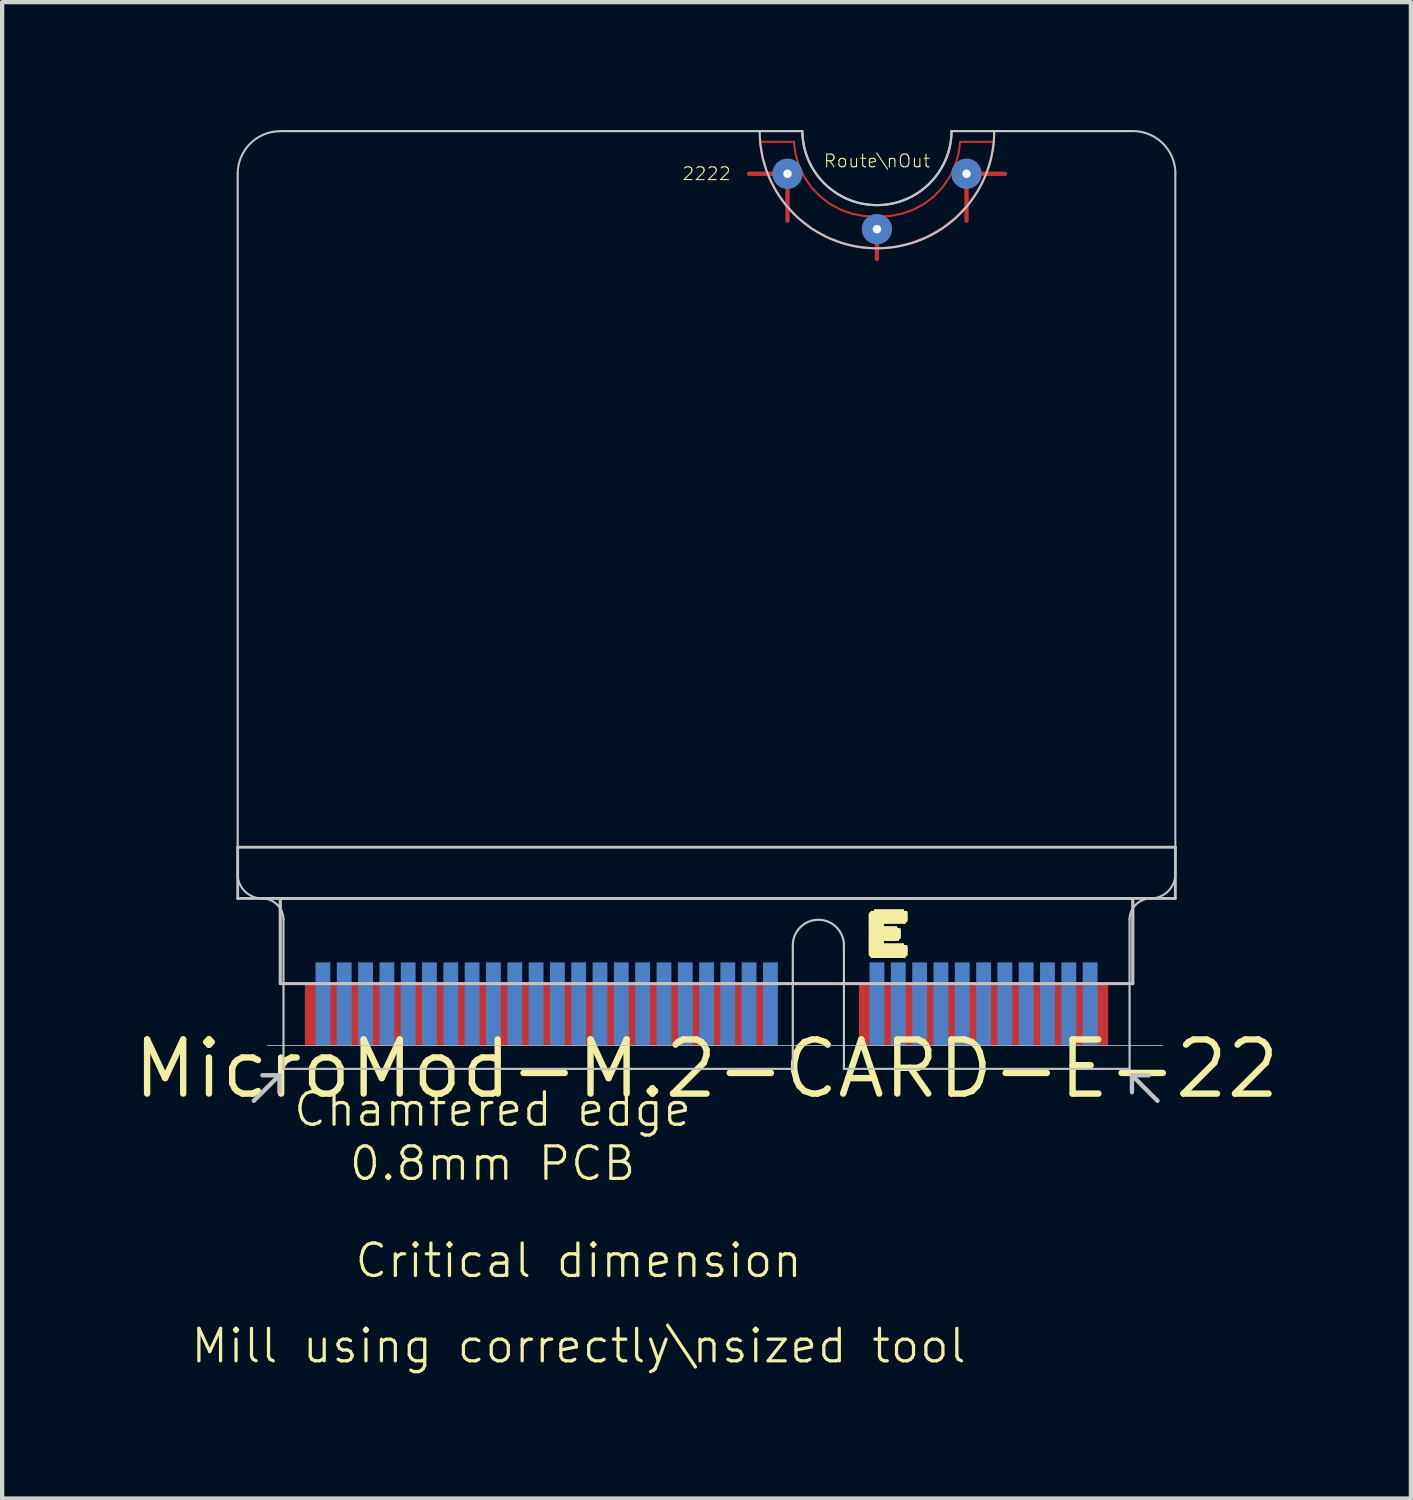
<source format=kicad_pcb>
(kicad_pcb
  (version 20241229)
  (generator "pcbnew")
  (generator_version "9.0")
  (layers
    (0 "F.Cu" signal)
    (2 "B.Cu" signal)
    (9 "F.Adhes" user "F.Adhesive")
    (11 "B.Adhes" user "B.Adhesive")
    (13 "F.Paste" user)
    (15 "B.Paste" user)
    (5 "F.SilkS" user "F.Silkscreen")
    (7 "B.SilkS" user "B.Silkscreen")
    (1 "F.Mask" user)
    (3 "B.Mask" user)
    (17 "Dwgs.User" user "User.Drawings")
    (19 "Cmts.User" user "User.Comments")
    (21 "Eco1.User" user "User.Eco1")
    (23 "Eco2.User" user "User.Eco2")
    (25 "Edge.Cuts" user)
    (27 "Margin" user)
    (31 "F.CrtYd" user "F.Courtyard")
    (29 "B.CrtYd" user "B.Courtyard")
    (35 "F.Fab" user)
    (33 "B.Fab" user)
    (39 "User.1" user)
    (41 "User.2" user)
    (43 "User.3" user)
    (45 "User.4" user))
  (footprint "MicroMod-M.2-CARD-E-22"
    (layer "F.Cu")
    (at 13.524 22.024)
    (property "Reference" "MicroMod-M.2-CARD-E-22" (at 0 0 0) (layer "F.SilkS") (effects (font (size 1.27 1.27) (thickness 0.15))))
    (attr smd)
    (fp_line (start 1.9 -20.998) (end 0.998 -20.998) (stroke (width 0.102) (type solid)) (layer "F.Cu"))
    (fp_line (start 1.9 -20.998) (end 1.9 -19.898) (stroke (width 0.102) (type solid)) (layer "F.Cu"))
    (fp_line (start 3.998 -19.698) (end 3.998 -18.999) (stroke (width 0.102) (type solid)) (layer "F.Cu"))
    (fp_line (start 6.099 -20.998) (end 6.099 -19.898) (stroke (width 0.102) (type solid)) (layer "F.Cu"))
    (fp_line (start 6.099 -20.998) (end 6.998 -20.998) (stroke (width 0.102) (type solid)) (layer "F.Cu"))
    (fp_poly (pts (xy 1.25 -21.747) (xy 2.05 -21.747) (xy 2.088 -21.46) (xy 2.169 -21.181) (xy 2.296 -20.919) (xy 2.461 -20.681) (xy 2.662 -20.47) (xy 2.893 -20.292) (xy 3.147 -20.155) (xy 3.421 -20.058) (xy 3.708 -20.005) (xy 3.998 -20) (xy 4.29 -20.005) (xy 4.575 -20.058) (xy 4.849 -20.155) (xy 5.105 -20.292) (xy 5.337 -20.47) (xy 5.537 -20.681) (xy 5.702 -20.919) (xy 5.827 -21.181) (xy 5.911 -21.46) (xy 5.949 -21.747) (xy 6.749 -21.747) (xy 6.678 -21.349) (xy 6.548 -20.963) (xy 6.363 -20.602) (xy 6.129 -20.269) (xy 5.85 -19.975) (xy 5.53 -19.726) (xy 5.177 -19.522) (xy 4.798 -19.375) (xy 4.404 -19.281) (xy 3.998 -19.248) (xy 3.594 -19.279) (xy 3.195 -19.37) (xy 2.817 -19.517) (xy 2.464 -19.718) (xy 2.141 -19.969) (xy 1.862 -20.264) (xy 1.628 -20.597) (xy 1.445 -20.96) (xy 1.318 -21.349) (xy 1.25 -21.747)) (stroke (width 0.048) (type solid)) (fill no) (layer "F.Cu"))
    (fp_poly (pts (xy 1.25 -21.999) (xy 2.248 -21.999) (xy 2.271 -21.725) (xy 2.334 -21.458) (xy 2.438 -21.204) (xy 2.583 -20.97) (xy 2.761 -20.762) (xy 2.969 -20.584) (xy 3.205 -20.439) (xy 3.457 -20.335) (xy 3.726 -20.269) (xy 3.998 -20.249) (xy 4.272 -20.269) (xy 4.539 -20.335) (xy 4.793 -20.439) (xy 5.027 -20.584) (xy 5.235 -20.762) (xy 5.415 -20.97) (xy 5.558 -21.204) (xy 5.664 -21.458) (xy 5.728 -21.725) (xy 5.748 -21.999) (xy 6.749 -21.999) (xy 6.721 -21.608) (xy 6.637 -21.224) (xy 6.5 -20.856) (xy 6.312 -20.513) (xy 6.078 -20.198) (xy 5.799 -19.921) (xy 5.486 -19.685) (xy 5.141 -19.497) (xy 4.773 -19.36) (xy 4.389 -19.276) (xy 3.998 -19.248) (xy 3.607 -19.276) (xy 3.223 -19.36) (xy 2.857 -19.497) (xy 2.512 -19.685) (xy 2.197 -19.921) (xy 1.92 -20.198) (xy 1.684 -20.513) (xy 1.496 -20.856) (xy 1.359 -21.224) (xy 1.278 -21.608) (xy 1.25 -21.999)) (stroke (width 0.048) (type solid)) (fill no) (layer "F.Mask"))
    (fp_poly (pts (xy 6.749 -21.999) (xy 5.748 -21.999) (xy 5.728 -21.725) (xy 5.664 -21.458) (xy 5.558 -21.204) (xy 5.415 -20.97) (xy 5.235 -20.762) (xy 5.027 -20.584) (xy 4.793 -20.439) (xy 4.539 -20.335) (xy 4.272 -20.269) (xy 3.998 -20.249) (xy 3.726 -20.269) (xy 3.457 -20.335) (xy 3.205 -20.439) (xy 2.969 -20.584) (xy 2.761 -20.762) (xy 2.583 -20.97) (xy 2.438 -21.204) (xy 2.334 -21.458) (xy 2.271 -21.725) (xy 2.248 -21.999) (xy 1.25 -21.999) (xy 1.278 -21.608) (xy 1.359 -21.224) (xy 1.496 -20.856) (xy 1.684 -20.513) (xy 1.92 -20.198) (xy 2.197 -19.921) (xy 2.512 -19.685) (xy 2.857 -19.497) (xy 3.223 -19.36) (xy 3.607 -19.276) (xy 3.998 -19.248) (xy 4.389 -19.276) (xy 4.773 -19.36) (xy 5.141 -19.497) (xy 5.486 -19.685) (xy 5.799 -19.921) (xy 6.078 -20.198) (xy 6.312 -20.513) (xy 6.5 -20.856) (xy 6.637 -21.224) (xy 6.721 -21.608) (xy 6.749 -21.999)) (stroke (width 0.048) (type solid)) (fill no) (layer "B.Mask"))
    (fp_line (start 3.84 -3.635) (end 4.679 -3.635) (stroke (width 0.066) (type solid)) (layer "F.SilkS"))
    (fp_line (start 3.84 -3.594) (end 3.84 -3.635) (stroke (width 0.066) (type solid)) (layer "F.SilkS"))
    (fp_line (start 3.84 -3.594) (end 4.679 -3.594) (stroke (width 0.066) (type solid)) (layer "F.SilkS"))
    (fp_line (start 3.84 -3.594) (end 4.679 -3.594) (stroke (width 0.066) (type solid)) (layer "F.SilkS"))
    (fp_line (start 3.84 -3.553) (end 3.84 -3.594) (stroke (width 0.066) (type solid)) (layer "F.SilkS"))
    (fp_line (start 3.84 -3.553) (end 4.679 -3.553) (stroke (width 0.066) (type solid)) (layer "F.SilkS"))
    (fp_line (start 3.84 -3.553) (end 4.679 -3.553) (stroke (width 0.066) (type solid)) (layer "F.SilkS"))
    (fp_line (start 3.84 -3.513) (end 3.84 -3.553) (stroke (width 0.066) (type solid)) (layer "F.SilkS"))
    (fp_line (start 3.84 -3.513) (end 4.679 -3.513) (stroke (width 0.066) (type solid)) (layer "F.SilkS"))
    (fp_line (start 3.84 -3.513) (end 4.679 -3.513) (stroke (width 0.066) (type solid)) (layer "F.SilkS"))
    (fp_line (start 3.84 -3.475) (end 3.84 -3.513) (stroke (width 0.066) (type solid)) (layer "F.SilkS"))
    (fp_line (start 3.84 -3.475) (end 4.641 -3.475) (stroke (width 0.066) (type solid)) (layer "F.SilkS"))
    (fp_line (start 3.84 -3.475) (end 4.679 -3.475) (stroke (width 0.066) (type solid)) (layer "F.SilkS"))
    (fp_line (start 3.84 -3.434) (end 3.84 -3.475) (stroke (width 0.066) (type solid)) (layer "F.SilkS"))
    (fp_line (start 3.84 -3.434) (end 4.12 -3.434) (stroke (width 0.066) (type solid)) (layer "F.SilkS"))
    (fp_line (start 3.84 -3.434) (end 4.641 -3.434) (stroke (width 0.066) (type solid)) (layer "F.SilkS"))
    (fp_line (start 3.84 -3.393) (end 3.84 -3.434) (stroke (width 0.066) (type solid)) (layer "F.SilkS"))
    (fp_line (start 3.84 -3.393) (end 4.12 -3.393) (stroke (width 0.066) (type solid)) (layer "F.SilkS"))
    (fp_line (start 3.84 -3.393) (end 4.12 -3.393) (stroke (width 0.066) (type solid)) (layer "F.SilkS"))
    (fp_line (start 3.84 -3.353) (end 3.84 -3.393) (stroke (width 0.066) (type solid)) (layer "F.SilkS"))
    (fp_line (start 3.84 -3.353) (end 4.12 -3.353) (stroke (width 0.066) (type solid)) (layer "F.SilkS"))
    (fp_line (start 3.84 -3.353) (end 4.12 -3.353) (stroke (width 0.066) (type solid)) (layer "F.SilkS"))
    (fp_line (start 3.84 -3.315) (end 3.84 -3.353) (stroke (width 0.066) (type solid)) (layer "F.SilkS"))
    (fp_line (start 3.84 -3.315) (end 4.12 -3.315) (stroke (width 0.066) (type solid)) (layer "F.SilkS"))
    (fp_line (start 3.84 -3.315) (end 4.44 -3.315) (stroke (width 0.066) (type solid)) (layer "F.SilkS"))
    (fp_line (start 3.84 -3.274) (end 3.84 -3.315) (stroke (width 0.066) (type solid)) (layer "F.SilkS"))
    (fp_line (start 3.84 -3.274) (end 4.44 -3.274) (stroke (width 0.066) (type solid)) (layer "F.SilkS"))
    (fp_line (start 3.84 -3.274) (end 4.519 -3.274) (stroke (width 0.066) (type solid)) (layer "F.SilkS"))
    (fp_line (start 3.84 -3.233) (end 3.84 -3.274) (stroke (width 0.066) (type solid)) (layer "F.SilkS"))
    (fp_line (start 3.84 -3.233) (end 4.519 -3.233) (stroke (width 0.066) (type solid)) (layer "F.SilkS"))
    (fp_line (start 3.84 -3.233) (end 4.519 -3.233) (stroke (width 0.066) (type solid)) (layer "F.SilkS"))
    (fp_line (start 3.84 -3.193) (end 3.84 -3.233) (stroke (width 0.066) (type solid)) (layer "F.SilkS"))
    (fp_line (start 3.84 -3.193) (end 4.519 -3.193) (stroke (width 0.066) (type solid)) (layer "F.SilkS"))
    (fp_line (start 3.84 -3.193) (end 4.519 -3.193) (stroke (width 0.066) (type solid)) (layer "F.SilkS"))
    (fp_line (start 3.84 -3.155) (end 3.84 -3.193) (stroke (width 0.066) (type solid)) (layer "F.SilkS"))
    (fp_line (start 3.84 -3.155) (end 4.519 -3.155) (stroke (width 0.066) (type solid)) (layer "F.SilkS"))
    (fp_line (start 3.84 -3.155) (end 4.519 -3.155) (stroke (width 0.066) (type solid)) (layer "F.SilkS"))
    (fp_line (start 3.84 -3.114) (end 3.84 -3.155) (stroke (width 0.066) (type solid)) (layer "F.SilkS"))
    (fp_line (start 3.84 -3.114) (end 4.519 -3.114) (stroke (width 0.066) (type solid)) (layer "F.SilkS"))
    (fp_line (start 3.84 -3.114) (end 4.519 -3.114) (stroke (width 0.066) (type solid)) (layer "F.SilkS"))
    (fp_line (start 3.84 -3.073) (end 3.84 -3.114) (stroke (width 0.066) (type solid)) (layer "F.SilkS"))
    (fp_line (start 3.84 -3.073) (end 4.481 -3.073) (stroke (width 0.066) (type solid)) (layer "F.SilkS"))
    (fp_line (start 3.84 -3.073) (end 4.519 -3.073) (stroke (width 0.066) (type solid)) (layer "F.SilkS"))
    (fp_line (start 3.84 -3.033) (end 3.84 -3.073) (stroke (width 0.066) (type solid)) (layer "F.SilkS"))
    (fp_line (start 3.84 -3.033) (end 4.12 -3.033) (stroke (width 0.066) (type solid)) (layer "F.SilkS"))
    (fp_line (start 3.84 -3.033) (end 4.481 -3.033) (stroke (width 0.066) (type solid)) (layer "F.SilkS"))
    (fp_line (start 3.84 -2.995) (end 3.84 -3.033) (stroke (width 0.066) (type solid)) (layer "F.SilkS"))
    (fp_line (start 3.84 -2.995) (end 4.12 -2.995) (stroke (width 0.066) (type solid)) (layer "F.SilkS"))
    (fp_line (start 3.84 -2.995) (end 4.12 -2.995) (stroke (width 0.066) (type solid)) (layer "F.SilkS"))
    (fp_line (start 3.84 -2.954) (end 3.84 -2.995) (stroke (width 0.066) (type solid)) (layer "F.SilkS"))
    (fp_line (start 3.84 -2.954) (end 4.12 -2.954) (stroke (width 0.066) (type solid)) (layer "F.SilkS"))
    (fp_line (start 3.84 -2.954) (end 4.12 -2.954) (stroke (width 0.066) (type solid)) (layer "F.SilkS"))
    (fp_line (start 3.84 -2.913) (end 3.84 -2.954) (stroke (width 0.066) (type solid)) (layer "F.SilkS"))
    (fp_line (start 3.84 -2.913) (end 4.12 -2.913) (stroke (width 0.066) (type solid)) (layer "F.SilkS"))
    (fp_line (start 3.84 -2.913) (end 4.6 -2.913) (stroke (width 0.066) (type solid)) (layer "F.SilkS"))
    (fp_line (start 3.84 -2.873) (end 3.84 -2.913) (stroke (width 0.066) (type solid)) (layer "F.SilkS"))
    (fp_line (start 3.84 -2.873) (end 4.6 -2.873) (stroke (width 0.066) (type solid)) (layer "F.SilkS"))
    (fp_line (start 3.84 -2.873) (end 4.679 -2.873) (stroke (width 0.066) (type solid)) (layer "F.SilkS"))
    (fp_line (start 3.84 -2.835) (end 3.84 -2.873) (stroke (width 0.066) (type solid)) (layer "F.SilkS"))
    (fp_line (start 3.84 -2.835) (end 4.679 -2.835) (stroke (width 0.066) (type solid)) (layer "F.SilkS"))
    (fp_line (start 3.84 -2.835) (end 4.679 -2.835) (stroke (width 0.066) (type solid)) (layer "F.SilkS"))
    (fp_line (start 3.84 -2.794) (end 3.84 -2.835) (stroke (width 0.066) (type solid)) (layer "F.SilkS"))
    (fp_line (start 3.84 -2.794) (end 4.679 -2.794) (stroke (width 0.066) (type solid)) (layer "F.SilkS"))
    (fp_line (start 3.84 -2.794) (end 4.679 -2.794) (stroke (width 0.066) (type solid)) (layer "F.SilkS"))
    (fp_line (start 3.84 -2.753) (end 3.84 -2.794) (stroke (width 0.066) (type solid)) (layer "F.SilkS"))
    (fp_line (start 3.84 -2.753) (end 4.679 -2.753) (stroke (width 0.066) (type solid)) (layer "F.SilkS"))
    (fp_line (start 3.84 -2.753) (end 4.679 -2.753) (stroke (width 0.066) (type solid)) (layer "F.SilkS"))
    (fp_line (start 3.84 -2.713) (end 3.84 -2.753) (stroke (width 0.066) (type solid)) (layer "F.SilkS"))
    (fp_line (start 3.84 -2.713) (end 4.679 -2.713) (stroke (width 0.066) (type solid)) (layer "F.SilkS"))
    (fp_line (start 3.84 -2.713) (end 4.679 -2.713) (stroke (width 0.066) (type solid)) (layer "F.SilkS"))
    (fp_line (start 3.84 -2.675) (end 3.84 -2.713) (stroke (width 0.066) (type solid)) (layer "F.SilkS"))
    (fp_line (start 3.84 -2.675) (end 4.679 -2.675) (stroke (width 0.066) (type solid)) (layer "F.SilkS"))
    (fp_line (start 3.879 -3.673) (end 4.679 -3.673) (stroke (width 0.066) (type solid)) (layer "F.SilkS"))
    (fp_line (start 3.879 -3.635) (end 3.879 -3.673) (stroke (width 0.066) (type solid)) (layer "F.SilkS"))
    (fp_line (start 3.879 -3.635) (end 4.679 -3.635) (stroke (width 0.066) (type solid)) (layer "F.SilkS"))
    (fp_line (start 3.879 -2.675) (end 4.641 -2.675) (stroke (width 0.066) (type solid)) (layer "F.SilkS"))
    (fp_line (start 3.879 -2.634) (end 3.879 -2.675) (stroke (width 0.066) (type solid)) (layer "F.SilkS"))
    (fp_line (start 3.879 -2.634) (end 4.641 -2.634) (stroke (width 0.066) (type solid)) (layer "F.SilkS"))
    (fp_line (start 3.96 -3.713) (end 4.6 -3.713) (stroke (width 0.066) (type solid)) (layer "F.SilkS"))
    (fp_line (start 3.96 -3.673) (end 3.96 -3.713) (stroke (width 0.066) (type solid)) (layer "F.SilkS"))
    (fp_line (start 3.96 -3.673) (end 4.6 -3.673) (stroke (width 0.066) (type solid)) (layer "F.SilkS"))
    (fp_line (start 4.12 -3.393) (end 4.12 -3.434) (stroke (width 0.066) (type solid)) (layer "F.SilkS"))
    (fp_line (start 4.12 -3.353) (end 4.12 -3.393) (stroke (width 0.066) (type solid)) (layer "F.SilkS"))
    (fp_line (start 4.12 -3.315) (end 4.12 -3.353) (stroke (width 0.066) (type solid)) (layer "F.SilkS"))
    (fp_line (start 4.12 -2.995) (end 4.12 -3.033) (stroke (width 0.066) (type solid)) (layer "F.SilkS"))
    (fp_line (start 4.12 -2.954) (end 4.12 -2.995) (stroke (width 0.066) (type solid)) (layer "F.SilkS"))
    (fp_line (start 4.12 -2.913) (end 4.12 -2.954) (stroke (width 0.066) (type solid)) (layer "F.SilkS"))
    (fp_line (start 4.44 -3.274) (end 4.44 -3.315) (stroke (width 0.066) (type solid)) (layer "F.SilkS"))
    (fp_line (start 4.481 -3.033) (end 4.481 -3.073) (stroke (width 0.066) (type solid)) (layer "F.SilkS"))
    (fp_line (start 4.519 -3.233) (end 4.519 -3.274) (stroke (width 0.066) (type solid)) (layer "F.SilkS"))
    (fp_line (start 4.519 -3.193) (end 4.519 -3.233) (stroke (width 0.066) (type solid)) (layer "F.SilkS"))
    (fp_line (start 4.519 -3.155) (end 4.519 -3.193) (stroke (width 0.066) (type solid)) (layer "F.SilkS"))
    (fp_line (start 4.519 -3.114) (end 4.519 -3.155) (stroke (width 0.066) (type solid)) (layer "F.SilkS"))
    (fp_line (start 4.519 -3.073) (end 4.519 -3.114) (stroke (width 0.066) (type solid)) (layer "F.SilkS"))
    (fp_line (start 4.6 -3.673) (end 4.6 -3.713) (stroke (width 0.066) (type solid)) (layer "F.SilkS"))
    (fp_line (start 4.6 -2.873) (end 4.6 -2.913) (stroke (width 0.066) (type solid)) (layer "F.SilkS"))
    (fp_line (start 4.641 -3.434) (end 4.641 -3.475) (stroke (width 0.066) (type solid)) (layer "F.SilkS"))
    (fp_line (start 4.641 -2.634) (end 4.641 -2.675) (stroke (width 0.066) (type solid)) (layer "F.SilkS"))
    (fp_line (start 4.679 -3.635) (end 4.679 -3.673) (stroke (width 0.066) (type solid)) (layer "F.SilkS"))
    (fp_line (start 4.679 -3.594) (end 4.679 -3.635) (stroke (width 0.066) (type solid)) (layer "F.SilkS"))
    (fp_line (start 4.679 -3.553) (end 4.679 -3.594) (stroke (width 0.066) (type solid)) (layer "F.SilkS"))
    (fp_line (start 4.679 -3.513) (end 4.679 -3.553) (stroke (width 0.066) (type solid)) (layer "F.SilkS"))
    (fp_line (start 4.679 -3.475) (end 4.679 -3.513) (stroke (width 0.066) (type solid)) (layer "F.SilkS"))
    (fp_line (start 4.679 -2.835) (end 4.679 -2.873) (stroke (width 0.066) (type solid)) (layer "F.SilkS"))
    (fp_line (start 4.679 -2.794) (end 4.679 -2.835) (stroke (width 0.066) (type solid)) (layer "F.SilkS"))
    (fp_line (start 4.679 -2.753) (end 4.679 -2.794) (stroke (width 0.066) (type solid)) (layer "F.SilkS"))
    (fp_line (start 4.679 -2.713) (end 4.679 -2.753) (stroke (width 0.066) (type solid)) (layer "F.SilkS"))
    (fp_line (start 4.679 -2.675) (end 4.679 -2.713) (stroke (width 0.066) (type solid)) (layer "F.SilkS"))
    (fp_line (start 1.9 -20.998) (end 0.998 -20.998) (stroke (width 0.102) (type solid)) (layer "B.Adhes"))
    (fp_line (start 1.9 -20.998) (end 1.9 -19.898) (stroke (width 0.102) (type solid)) (layer "B.Adhes"))
    (fp_line (start 3.998 -19.698) (end 3.998 -18.999) (stroke (width 0.102) (type solid)) (layer "B.Adhes"))
    (fp_line (start 6.099 -20.998) (end 6.099 -19.898) (stroke (width 0.102) (type solid)) (layer "B.Adhes"))
    (fp_line (start 6.099 -20.998) (end 6.998 -20.998) (stroke (width 0.102) (type solid)) (layer "B.Adhes"))
    (fp_poly (pts (xy 6.749 -21.747) (xy 5.949 -21.747) (xy 5.911 -21.46) (xy 5.827 -21.181) (xy 5.702 -20.919) (xy 5.537 -20.681) (xy 5.337 -20.47) (xy 5.105 -20.292) (xy 4.849 -20.155) (xy 4.575 -20.058) (xy 4.29 -20.005) (xy 3.998 -20) (xy 3.708 -20.005) (xy 3.421 -20.058) (xy 3.147 -20.155) (xy 2.893 -20.292) (xy 2.662 -20.47) (xy 2.461 -20.681) (xy 2.296 -20.919) (xy 2.169 -21.181) (xy 2.088 -21.46) (xy 2.05 -21.747) (xy 1.25 -21.747) (xy 1.321 -21.349) (xy 1.45 -20.963) (xy 1.633 -20.602) (xy 1.867 -20.269) (xy 2.149 -19.975) (xy 2.466 -19.726) (xy 2.819 -19.522) (xy 3.198 -19.375) (xy 3.594 -19.281) (xy 3.998 -19.248) (xy 4.404 -19.279) (xy 4.801 -19.37) (xy 5.182 -19.517) (xy 5.535 -19.718) (xy 5.855 -19.969) (xy 6.137 -20.264) (xy 6.37 -20.597) (xy 6.553 -20.96) (xy 6.68 -21.349) (xy 6.749 -21.747)) (stroke (width 0.048) (type solid)) (fill no) (layer "B.Adhes"))
    (fp_line (start -10.998 -20.998) (end -10.998 -4.575) (stroke (width 0.051) (type solid)) (layer "Dwgs.User"))
    (fp_line (start -10.998 -5.199) (end 10.998 -5.199) (stroke (width 0.066) (type solid)) (layer "Dwgs.User"))
    (fp_line (start -10.998 -3.998) (end -10.998 -5.199) (stroke (width 0.066) (type solid)) (layer "Dwgs.User"))
    (fp_line (start -10.998 -3.998) (end 10.998 -3.998) (stroke (width 0.066) (type solid)) (layer "Dwgs.User"))
    (fp_line (start -10.62 0.749) (end -10.018 0.15) (stroke (width 0.102) (type solid)) (layer "Dwgs.User"))
    (fp_line (start -10.3 -0.549) (end 10.698 -0.549) (stroke (width 0.018) (type solid)) (layer "Dwgs.User"))
    (fp_line (start -10.018 0.15) (end -10.419 0.15) (stroke (width 0.102) (type solid)) (layer "Dwgs.User"))
    (fp_line (start -10.018 0.15) (end -10.018 0.549) (stroke (width 0.102) (type solid)) (layer "Dwgs.User"))
    (fp_line (start -10 -3.998) (end 10 -3.998) (stroke (width 0.066) (type solid)) (layer "Dwgs.User"))
    (fp_line (start -10 -3.998) (end 10 -3.998) (stroke (width 0.066) (type solid)) (layer "Dwgs.User"))
    (fp_line (start -10 -1.999) (end -10 -3.998) (stroke (width 0.066) (type solid)) (layer "Dwgs.User"))
    (fp_line (start -10 -1.999) (end -10 -3.998) (stroke (width 0.066) (type solid)) (layer "Dwgs.User"))
    (fp_line (start -10 -1.999) (end 10 -1.999) (stroke (width 0.066) (type solid)) (layer "Dwgs.User"))
    (fp_line (start -10 -1.999) (end 10 -1.999) (stroke (width 0.066) (type solid)) (layer "Dwgs.User"))
    (fp_line (start -9.924 0) (end -9.924 -3.498) (stroke (width 0.051) (type solid)) (layer "Dwgs.User"))
    (fp_line (start 2.024 -2.898) (end 2.024 0) (stroke (width 0.051) (type solid)) (layer "Dwgs.User"))
    (fp_line (start 2.024 0) (end -9.924 0) (stroke (width 0.051) (type solid)) (layer "Dwgs.User"))
    (fp_line (start 2.248 -21.999) (end -10 -21.999) (stroke (width 0.051) (type solid)) (layer "Dwgs.User"))
    (fp_line (start 3.223 -2.898) (end 3.223 0) (stroke (width 0.051) (type solid)) (layer "Dwgs.User"))
    (fp_line (start 9.924 -3.498) (end 9.924 0) (stroke (width 0.051) (type solid)) (layer "Dwgs.User"))
    (fp_line (start 9.924 0) (end 3.223 0) (stroke (width 0.051) (type solid)) (layer "Dwgs.User"))
    (fp_line (start 9.98 0.15) (end 9.98 0.549) (stroke (width 0.102) (type solid)) (layer "Dwgs.User"))
    (fp_line (start 9.98 0.15) (end 10.378 0.15) (stroke (width 0.102) (type solid)) (layer "Dwgs.User"))
    (fp_line (start 10 -21.999) (end 5.748 -21.999) (stroke (width 0.051) (type solid)) (layer "Dwgs.User"))
    (fp_line (start 10 -1.999) (end 10 -3.998) (stroke (width 0.066) (type solid)) (layer "Dwgs.User"))
    (fp_line (start 10 -1.999) (end 10 -3.998) (stroke (width 0.066) (type solid)) (layer "Dwgs.User"))
    (fp_line (start 10.579 0.749) (end 9.98 0.15) (stroke (width 0.102) (type solid)) (layer "Dwgs.User"))
    (fp_line (start 10.998 -20.998) (end 10.998 -4.575) (stroke (width 0.048) (type solid)) (layer "Dwgs.User"))
    (fp_line (start 10.998 -3.998) (end 10.998 -5.199) (stroke (width 0.066) (type solid)) (layer "Dwgs.User"))
    (fp_arc (start -10.9982 -20.99818) (mid -10.705828 -21.704028) (end -9.99998 -21.9964) (stroke (width 0.04826) (type solid)) (layer "Dwgs.User"))
    (fp_arc (start -10.42416 -3.99796) (mid -10.831864 -4.166836) (end -11.00074 -4.57454) (stroke (width 0.04826) (type solid)) (layer "Dwgs.User"))
    (fp_arc (start -10.42416 -3.99796) (mid -10.070338 -3.851402) (end -9.92378 -3.49758) (stroke (width 0.0508) (type solid)) (layer "Dwgs.User"))
    (fp_arc (start 2.02438 -2.89814) (mid 2.62382 -3.49758) (end 3.22326 -2.89814) (stroke (width 0.0508) (type solid)) (layer "Dwgs.User"))
    (fp_arc (start 5.74802 -21.99894) (mid 3.99796 -20.24888) (end 2.2479 -21.99894) (stroke (width 0.0508) (type solid)) (layer "Dwgs.User"))
    (fp_arc (start 5.74802 -21.99894) (mid 3.99796 -20.24888) (end 2.2479 -21.99894) (stroke (width 0.0508) (type solid)) (layer "Dwgs.User"))
    (fp_arc (start 6.74878 -21.99894) (mid 3.99796 -19.24812) (end 1.24714 -21.99894) (stroke (width 0.0508) (type solid)) (layer "Dwgs.User"))
    (fp_arc (start 9.92378 -3.49758) (mid 10.070338 -3.851402) (end 10.42416 -3.99796) (stroke (width 0.0508) (type solid)) (layer "Dwgs.User"))
    (fp_arc (start 9.99998 -21.99894) (mid 10.707624 -21.705824) (end 11.00074 -20.99818) (stroke (width 0.04826) (type solid)) (layer "Dwgs.User"))
    (fp_arc (start 10.9982 -4.57454) (mid 10.830068 -4.168632) (end 10.42416 -4.0005) (stroke (width 0.04826) (type solid)) (layer "Dwgs.User"))
    (fp_text user "2222" (at 0 -20.998 180) (layer "F.SilkS") (effects (font (size 0.3 0.3) (thickness 0.025))))
    (fp_text user "Critical dimension" (at -3 4.498 180) (layer "F.SilkS") (effects (font (size 0.762 0.762) (thickness 0.076))))
    (fp_text user "Mill using correctly\\nsized tool" (at -3 6.5 180) (layer "F.SilkS") (effects (font (size 0.762 0.762) (thickness 0.076))))
    (fp_text user "Chamfered edge" (at -5.019 0.95 180) (layer "F.SilkS") (effects (font (size 0.762 0.762) (thickness 0.076))))
    (fp_text user "0.8mm PCB" (at -5.019 2.22 180) (layer "F.SilkS") (effects (font (size 0.762 0.762) (thickness 0.076))))
    (fp_text user "Route\\nOut" (at 3.998 -21.298 0) (layer "F.SilkS") (effects (font (size 0.3 0.3) (thickness 0.025))))
    (pad "1" smd rect (at 9.248 -1.273 180) (size 0.348 1.448) (layers "F.Cu" "F.Mask" "F.Paste"))
    (pad "2" smd rect (at 8.999 -1.524) (size 0.348 1.948) (layers "B.Cu" "B.Mask"))
    (pad "3" smd rect (at 8.748 -1.273 180) (size 0.348 1.448) (layers "F.Cu" "F.Mask" "F.Paste"))
    (pad "4" smd rect (at 8.499 -1.524) (size 0.348 1.948) (layers "B.Cu" "B.Mask"))
    (pad "5" smd rect (at 8.25 -1.273 180) (size 0.348 1.448) (layers "F.Cu" "F.Mask" "F.Paste"))
    (pad "6" smd rect (at 7.998 -1.524) (size 0.348 1.948) (layers "B.Cu" "B.Mask"))
    (pad "7" smd rect (at 7.75 -1.273 180) (size 0.348 1.448) (layers "F.Cu" "F.Mask" "F.Paste"))
    (pad "8" smd rect (at 7.498 -1.524) (size 0.348 1.948) (layers "B.Cu" "B.Mask"))
    (pad "9" smd rect (at 7.249 -1.273 180) (size 0.348 1.448) (layers "F.Cu" "F.Mask" "F.Paste"))
    (pad "10" smd rect (at 6.998 -1.524) (size 0.348 1.948) (layers "B.Cu" "B.Mask"))
    (pad "11" smd rect (at 6.749 -1.273 180) (size 0.348 1.448) (layers "F.Cu" "F.Mask" "F.Paste"))
    (pad "12" smd rect (at 6.5 -1.524) (size 0.348 1.948) (layers "B.Cu" "B.Mask"))
    (pad "13" smd rect (at 6.248 -1.273 180) (size 0.348 1.448) (layers "F.Cu" "F.Mask" "F.Paste"))
    (pad "14" smd rect (at 5.999 -1.524) (size 0.348 1.948) (layers "B.Cu" "B.Mask"))
    (pad "15" smd rect (at 5.748 -1.273 180) (size 0.348 1.448) (layers "F.Cu" "F.Mask" "F.Paste"))
    (pad "16" smd rect (at 5.499 -1.524) (size 0.348 1.948) (layers "B.Cu" "B.Mask"))
    (pad "17" smd rect (at 5.248 -1.273 180) (size 0.348 1.448) (layers "F.Cu" "F.Mask" "F.Paste"))
    (pad "18" smd rect (at 4.999 -1.524) (size 0.348 1.948) (layers "B.Cu" "B.Mask"))
    (pad "19" smd rect (at 4.75 -1.273 180) (size 0.348 1.448) (layers "F.Cu" "F.Mask" "F.Paste"))
    (pad "20" smd rect (at 4.498 -1.524) (size 0.348 1.948) (layers "B.Cu" "B.Mask"))
    (pad "21" smd rect (at 4.249 -1.273 180) (size 0.348 1.448) (layers "F.Cu" "F.Mask" "F.Paste"))
    (pad "22" smd rect (at 3.998 -1.524) (size 0.348 1.948) (layers "B.Cu" "B.Mask"))
    (pad "23" smd rect (at 3.749 -1.273 180) (size 0.348 1.448) (layers "F.Cu" "F.Mask" "F.Paste"))
    (pad "32" smd rect (at 1.499 -1.524) (size 0.348 1.948) (layers "B.Cu" "B.Mask"))
    (pad "33" smd rect (at 1.25 -1.273 180) (size 0.348 1.448) (layers "F.Cu" "F.Mask" "F.Paste"))
    (pad "34" smd rect (at 0.998 -1.524) (size 0.348 1.948) (layers "B.Cu" "B.Mask"))
    (pad "35" smd rect (at 0.749 -1.273 180) (size 0.348 1.448) (layers "F.Cu" "F.Mask" "F.Paste"))
    (pad "36" smd rect (at 0.498 -1.524) (size 0.348 1.948) (layers "B.Cu" "B.Mask"))
    (pad "37" smd rect (at 0.249 -1.273 180) (size 0.348 1.448) (layers "F.Cu" "F.Mask" "F.Paste"))
    (pad "38" smd rect (at 0 -1.524) (size 0.348 1.948) (layers "B.Cu" "B.Mask"))
    (pad "39" smd rect (at -0.249 -1.273 180) (size 0.348 1.448) (layers "F.Cu" "F.Mask" "F.Paste"))
    (pad "40" smd rect (at -0.498 -1.524) (size 0.348 1.948) (layers "B.Cu" "B.Mask"))
    (pad "41" smd rect (at -0.749 -1.273 180) (size 0.348 1.448) (layers "F.Cu" "F.Mask" "F.Paste"))
    (pad "42" smd rect (at -0.998 -1.524) (size 0.348 1.948) (layers "B.Cu" "B.Mask"))
    (pad "43" smd rect (at -1.25 -1.273 180) (size 0.348 1.448) (layers "F.Cu" "F.Mask" "F.Paste"))
    (pad "44" smd rect (at -1.499 -1.524) (size 0.348 1.948) (layers "B.Cu" "B.Mask"))
    (pad "45" smd rect (at -1.748 -1.273 180) (size 0.348 1.448) (layers "F.Cu" "F.Mask" "F.Paste"))
    (pad "46" smd rect (at -1.999 -1.524) (size 0.348 1.948) (layers "B.Cu" "B.Mask"))
    (pad "47" smd rect (at -2.248 -1.273 180) (size 0.348 1.448) (layers "F.Cu" "F.Mask" "F.Paste"))
    (pad "48" smd rect (at -2.499 -1.524) (size 0.348 1.948) (layers "B.Cu" "B.Mask"))
    (pad "49" smd rect (at -2.748 -1.273 180) (size 0.348 1.448) (layers "F.Cu" "F.Mask" "F.Paste"))
    (pad "50" smd rect (at -3 -1.524) (size 0.348 1.948) (layers "B.Cu" "B.Mask"))
    (pad "51" smd rect (at -3.249 -1.273 180) (size 0.348 1.448) (layers "F.Cu" "F.Mask" "F.Paste"))
    (pad "52" smd rect (at -3.498 -1.524) (size 0.348 1.948) (layers "B.Cu" "B.Mask"))
    (pad "53" smd rect (at -3.749 -1.273 180) (size 0.348 1.448) (layers "F.Cu" "F.Mask" "F.Paste"))
    (pad "54" smd rect (at -3.998 -1.524) (size 0.348 1.948) (layers "B.Cu" "B.Mask"))
    (pad "55" smd rect (at -4.249 -1.273 180) (size 0.348 1.448) (layers "F.Cu" "F.Mask" "F.Paste"))
    (pad "56" smd rect (at -4.498 -1.524) (size 0.348 1.948) (layers "B.Cu" "B.Mask"))
    (pad "57" smd rect (at -4.75 -1.273 180) (size 0.348 1.448) (layers "F.Cu" "F.Mask" "F.Paste"))
    (pad "58" smd rect (at -4.999 -1.524) (size 0.348 1.948) (layers "B.Cu" "B.Mask"))
    (pad "59" smd rect (at -5.248 -1.273 180) (size 0.348 1.448) (layers "F.Cu" "F.Mask" "F.Paste"))
    (pad "60" smd rect (at -5.499 -1.524) (size 0.348 1.948) (layers "B.Cu" "B.Mask"))
    (pad "61" smd rect (at -5.748 -1.273 180) (size 0.348 1.448) (layers "F.Cu" "F.Mask" "F.Paste"))
    (pad "62" smd rect (at -5.999 -1.524) (size 0.348 1.948) (layers "B.Cu" "B.Mask"))
    (pad "63" smd rect (at -6.248 -1.273 180) (size 0.348 1.448) (layers "F.Cu" "F.Mask" "F.Paste"))
    (pad "64" smd rect (at -6.5 -1.524) (size 0.348 1.948) (layers "B.Cu" "B.Mask"))
    (pad "65" smd rect (at -6.749 -1.273 180) (size 0.348 1.448) (layers "F.Cu" "F.Mask" "F.Paste"))
    (pad "66" smd rect (at -6.998 -1.524) (size 0.348 1.948) (layers "B.Cu" "B.Mask"))
    (pad "67" smd rect (at -7.249 -1.273 180) (size 0.348 1.448) (layers "F.Cu" "F.Mask" "F.Paste"))
    (pad "68" smd rect (at -7.498 -1.524) (size 0.348 1.948) (layers "B.Cu" "B.Mask"))
    (pad "69" smd rect (at -7.75 -1.273 180) (size 0.348 1.448) (layers "F.Cu" "F.Mask" "F.Paste"))
    (pad "70" smd rect (at -7.998 -1.524) (size 0.348 1.948) (layers "B.Cu" "B.Mask"))
    (pad "71" smd rect (at -8.25 -1.273 180) (size 0.348 1.448) (layers "F.Cu" "F.Mask" "F.Paste"))
    (pad "72" smd rect (at -8.499 -1.524) (size 0.348 1.948) (layers "B.Cu" "B.Mask"))
    (pad "73" smd rect (at -8.748 -1.273 180) (size 0.348 1.448) (layers "F.Cu" "F.Mask" "F.Paste"))
    (pad "74" smd rect (at -8.999 -1.524) (size 0.348 1.948) (layers "B.Cu" "B.Mask"))
    (pad "75" smd rect (at -9.248 -1.273 180) (size 0.348 1.448) (layers "F.Cu" "F.Mask" "F.Paste"))
    (pad "GND1" thru_hole circle (at 1.9 -20.998 180) (size 0.706 0.706) (drill 0.198) (layers "*.Cu" "*.Paste" "*.Mask"))
    (pad "GND2" thru_hole circle (at 3.998 -19.698 180) (size 0.706 0.706) (drill 0.198) (layers "*.Cu" "*.Paste" "*.Mask"))
    (pad "GND3" thru_hole circle (at 6.099 -20.998 180) (size 0.706 0.706) (drill 0.198) (layers "*.Cu" "*.Paste" "*.Mask")))
  (gr_rect
    (start -3 -3)
    (end 30.047 32.104)
    (stroke (width 0.1) (type default))
    (fill no)
    (layer "Edge.Cuts")))
</source>
